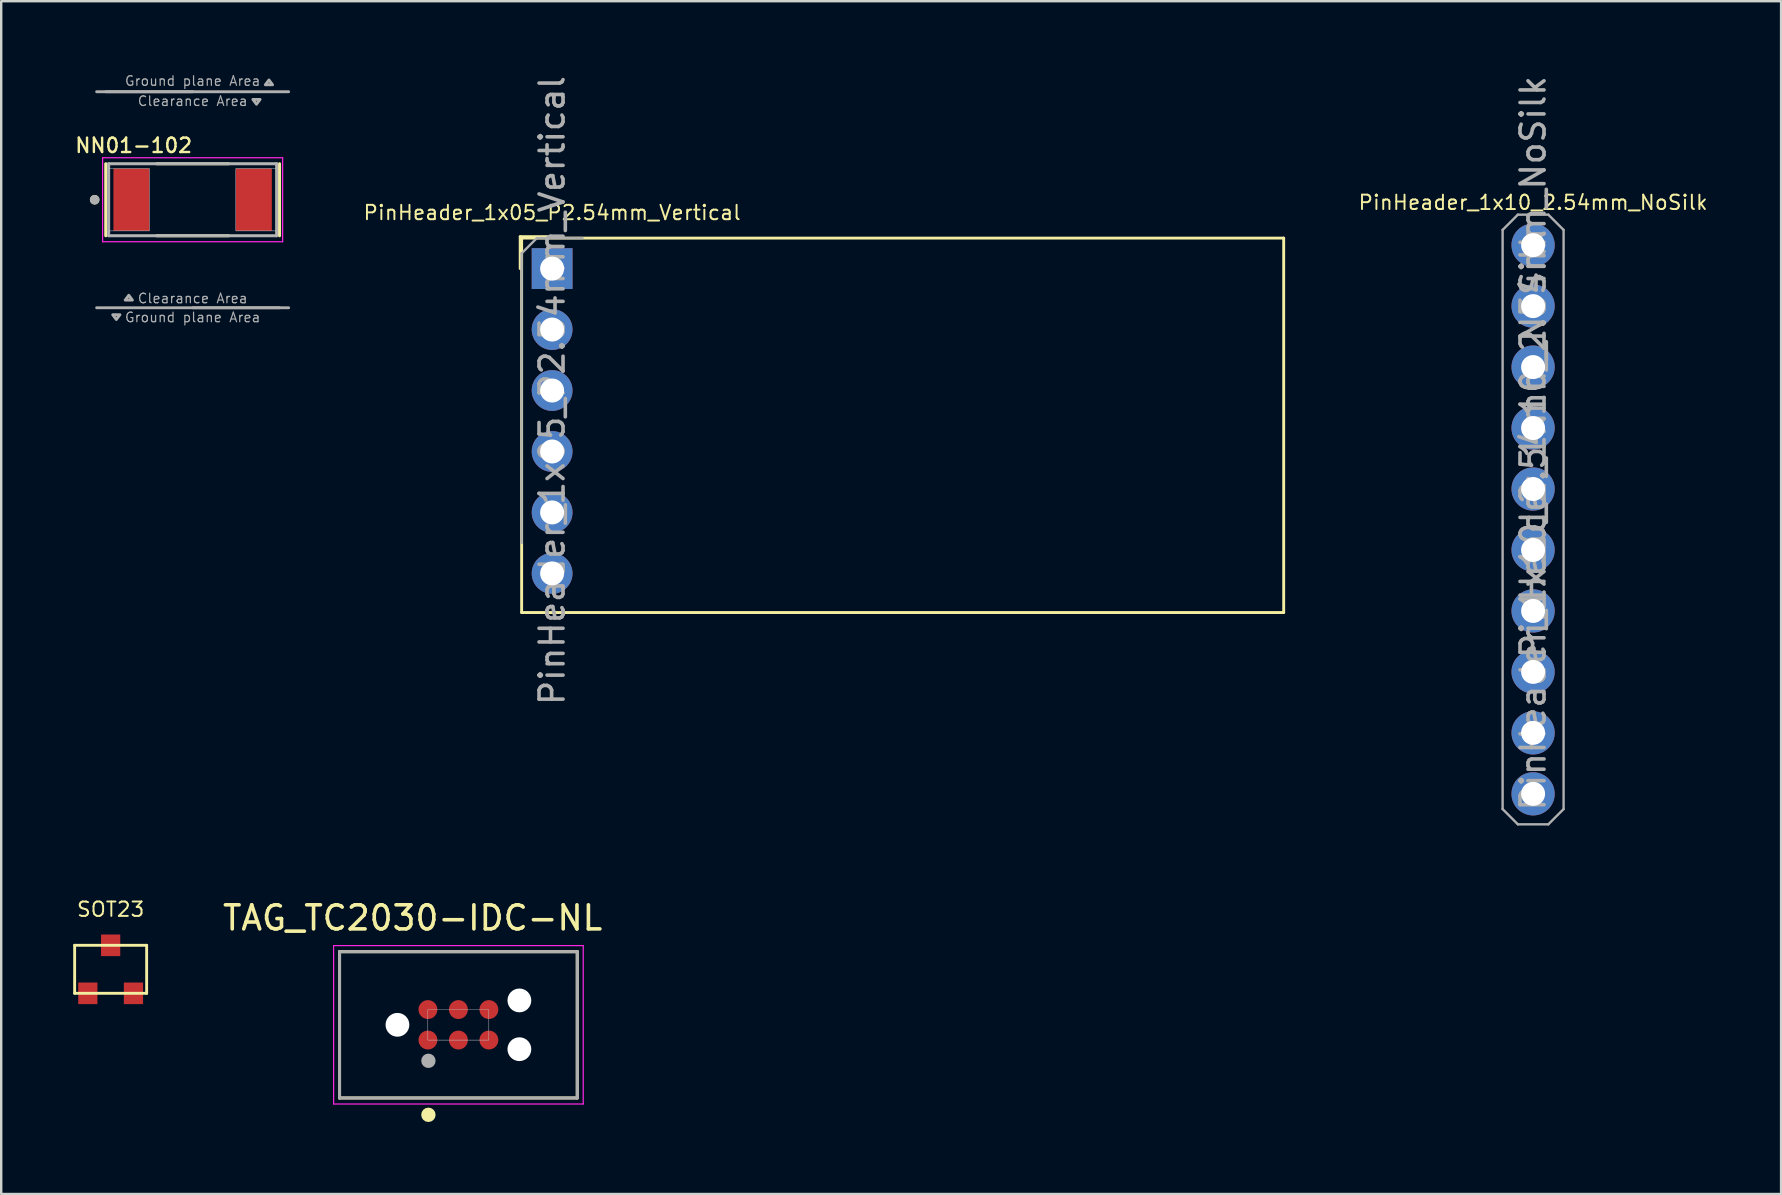
<source format=kicad_pcb>
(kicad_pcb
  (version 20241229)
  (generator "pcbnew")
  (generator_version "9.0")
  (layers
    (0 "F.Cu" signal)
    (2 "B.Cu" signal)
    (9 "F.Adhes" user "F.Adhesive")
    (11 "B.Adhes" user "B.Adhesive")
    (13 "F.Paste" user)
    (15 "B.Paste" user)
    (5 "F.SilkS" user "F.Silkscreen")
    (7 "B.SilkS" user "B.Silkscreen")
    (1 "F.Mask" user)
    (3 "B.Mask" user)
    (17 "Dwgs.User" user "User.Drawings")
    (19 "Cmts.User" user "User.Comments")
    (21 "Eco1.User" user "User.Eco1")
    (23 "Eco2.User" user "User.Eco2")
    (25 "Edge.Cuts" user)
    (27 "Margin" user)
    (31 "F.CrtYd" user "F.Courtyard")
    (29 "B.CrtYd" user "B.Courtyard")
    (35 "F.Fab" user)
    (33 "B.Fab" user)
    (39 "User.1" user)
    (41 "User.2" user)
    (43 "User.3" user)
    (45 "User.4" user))
  (footprint "NN01-102"
    (layer "F.Cu")
    (at 4.976 5.272)
    (property "Reference" "NN01-102" (at -2.457 -2.262 0) (layer "F.SilkS") (effects (font (size 0.6 0.6) (thickness 0.1))))
    (attr through_hole)
    (fp_line (start -3.62 1.5) (end -3.62 -1.5) (stroke (width 0.127) (type solid)) (layer "F.SilkS"))
    (fp_line (start 1.5 -1.5) (end -1.5 -1.5) (stroke (width 0.127) (type solid)) (layer "F.SilkS"))
    (fp_line (start 1.5 1.5) (end -1.5 1.5) (stroke (width 0.127) (type solid)) (layer "F.SilkS"))
    (fp_line (start 3.62 1.5) (end 3.62 -1.5) (stroke (width 0.127) (type solid)) (layer "F.SilkS"))
    (fp_circle (center -4.082 0) (end -3.982 0) (stroke (width 0.2) (type solid)) (fill no) (layer "F.SilkS"))
    (fp_poly (pts (xy -3.5 -1.3) (xy -1.8 -1.3) (xy -1.8 1.3) (xy -3.5 1.3) (xy -3.5 1.5) (xy 3.5 1.5) (xy 3.49 1.3) (xy 1.8 1.3) (xy 1.8 -1.3) (xy 3.5 -1.3) (xy 3.5 -1.5) (xy -3.5 -1.5)) (stroke (width 0.01) (type solid)) (fill no) (layer "Dwgs.User"))
    (fp_poly (pts (xy -3.5 -1.3) (xy -1.8 -1.3) (xy -1.8 1.3) (xy -3.5 1.3) (xy -3.5 1.5) (xy 3.5 1.5) (xy 3.49 1.3) (xy 1.8 1.3) (xy 1.8 -1.3) (xy 3.5 -1.3) (xy 3.5 -1.5) (xy -3.5 -1.5)) (stroke (width 0.01) (type solid)) (fill no) (layer "Dwgs.User"))
    (fp_line (start -3.75 -1.75) (end 3.75 -1.75) (stroke (width 0.05) (type solid)) (layer "F.CrtYd"))
    (fp_line (start -3.75 1.75) (end -3.75 -1.75) (stroke (width 0.05) (type solid)) (layer "F.CrtYd"))
    (fp_line (start -3.75 1.75) (end 3.75 1.75) (stroke (width 0.05) (type solid)) (layer "F.CrtYd"))
    (fp_line (start 3.75 1.75) (end 3.75 -1.75) (stroke (width 0.05) (type solid)) (layer "F.CrtYd"))
    (fp_line (start -4 -4.5) (end 4 -4.5) (stroke (width 0.12) (type solid)) (layer "F.Fab"))
    (fp_line (start -3.5 1.5) (end -3.5 -1.5) (stroke (width 0.127) (type solid)) (layer "F.Fab"))
    (fp_line (start 0 -4.5) (end -3.62 -4.5) (stroke (width 0.12) (type solid)) (layer "F.Fab"))
    (fp_line (start 0 4.5) (end 3.62 4.5) (stroke (width 0.12) (type solid)) (layer "F.Fab"))
    (fp_line (start 3.5 -1.5) (end -3.5 -1.5) (stroke (width 0.127) (type solid)) (layer "F.Fab"))
    (fp_line (start 3.5 1.5) (end -3.5 1.5) (stroke (width 0.127) (type solid)) (layer "F.Fab"))
    (fp_line (start 3.5 1.5) (end 3.5 -1.5) (stroke (width 0.127) (type solid)) (layer "F.Fab"))
    (fp_line (start 4 4.5) (end -4 4.5) (stroke (width 0.12) (type solid)) (layer "F.Fab"))
    (fp_circle (center -4.082 0) (end -3.982 0) (stroke (width 0.2) (type solid)) (fill no) (layer "F.Fab"))
    (fp_poly (pts (xy -3.18 4.99) (xy -3.33 4.79) (xy -3.03 4.79)) (stroke (width 0.12) (type solid)) (fill no) (layer "F.Fab"))
    (fp_poly (pts (xy -2.66 3.98) (xy -2.51 4.18) (xy -2.81 4.18)) (stroke (width 0.12) (type solid)) (fill no) (layer "F.Fab"))
    (fp_poly (pts (xy 2.66 -3.98) (xy 2.51 -4.18) (xy 2.81 -4.18)) (stroke (width 0.12) (type solid)) (fill no) (layer "F.Fab"))
    (fp_poly (pts (xy 3.18 -4.99) (xy 3.33 -4.79) (xy 3.03 -4.79)) (stroke (width 0.12) (type solid)) (fill no) (layer "F.Fab"))
    (fp_text user "Ground plane Area" (at 0 -4.95 0) (unlocked yes) (layer "F.Fab") (effects (font (size 0.4 0.4) (thickness 0.05))))
    (fp_text user "Clearance Area" (at 0 -4.11 0) (unlocked yes) (layer "F.Fab") (effects (font (size 0.4 0.4) (thickness 0.05))))
    (fp_text user "Ground plane Area" (at 0 4.9 0) (unlocked yes) (layer "F.Fab") (effects (font (size 0.4 0.4) (thickness 0.05))))
    (fp_text user "Clearance Area" (at 0 4.11 0) (unlocked yes) (layer "F.Fab") (effects (font (size 0.4 0.4) (thickness 0.05))))
    (pad "1" smd rect (at -2.55 0) (size 1.5 2.6) (layers "F.Cu" "F.Mask" "F.Paste"))
    (pad "2" smd rect (at 2.55 0) (size 1.5 2.6) (layers "F.Cu" "F.Mask" "F.Paste")))
  (footprint "SOT23"
    (layer "F.Cu")
    (at 1.56 37.335)
    (property "Reference" "SOT23" (at 0 -2.5 0) (layer "F.SilkS") (effects (font (size 0.6 0.6) (thickness 0.08))))
    (attr through_hole)
    (fp_line (start -1.5 -1) (end 1.5 -1) (stroke (width 0.12) (type solid)) (layer "F.SilkS"))
    (fp_line (start -1.5 1) (end -1.5 -1) (stroke (width 0.12) (type solid)) (layer "F.SilkS"))
    (fp_line (start 1.5 -1) (end 1.5 1) (stroke (width 0.12) (type solid)) (layer "F.SilkS"))
    (fp_line (start 1.5 1) (end -1.5 1) (stroke (width 0.12) (type solid)) (layer "F.SilkS"))
    (pad "1" smd rect (at -0.95 1) (size 0.8 0.9) (layers "F.Cu" "F.Mask" "F.Paste"))
    (pad "1" smd rect (at 0.95 1) (size 0.8 0.9) (layers "F.Cu" "F.Mask" "F.Paste"))
    (pad "3" smd rect (at 0 -1) (size 0.8 0.9) (layers "F.Cu" "F.Mask" "F.Paste")))
  (footprint "TAG_TC2030-IDC-NL"
    (layer "F.Cu")
    (at 16.049 39.647)
    (property "Reference" "TAG_TC2030-IDC-NL" (at -1.908 -4.453 0) (layer "F.SilkS") (effects (font (size 1.002 1.002) (thickness 0.15))))
    (attr through_hole)
    (fp_line (start -4.953 -3.048) (end -4.953 3.048) (stroke (width 0.127) (type solid)) (layer "F.SilkS"))
    (fp_line (start -4.953 3.048) (end 4.953 3.048) (stroke (width 0.127) (type solid)) (layer "F.SilkS"))
    (fp_line (start 4.953 -3.048) (end -4.953 -3.048) (stroke (width 0.127) (type solid)) (layer "F.SilkS"))
    (fp_line (start 4.953 3.048) (end 4.953 -3.048) (stroke (width 0.127) (type solid)) (layer "F.SilkS"))
    (fp_circle (center -1.25 3.75) (end -1.1 3.75) (stroke (width 0.3) (type solid)) (fill no) (layer "F.SilkS"))
    (fp_poly (pts (xy -1.272 -0.635) (xy 1.27 -0.635) (xy 1.27 0.636) (xy -1.272 0.636)) (stroke (width 0.01) (type solid)) (fill no) (layer "Dwgs.User"))
    (fp_poly (pts (xy -1.271 -0.635) (xy 1.27 -0.635) (xy 1.27 0.636) (xy -1.271 0.636)) (stroke (width 0.01) (type solid)) (fill no) (layer "Dwgs.User"))
    (fp_line (start -5.2 -3.3) (end 5.2 -3.3) (stroke (width 0.05) (type solid)) (layer "F.CrtYd"))
    (fp_line (start -5.2 3.3) (end -5.2 -3.3) (stroke (width 0.05) (type solid)) (layer "F.CrtYd"))
    (fp_line (start 5.2 -3.3) (end 5.2 3.3) (stroke (width 0.05) (type solid)) (layer "F.CrtYd"))
    (fp_line (start 5.2 3.3) (end -5.2 3.3) (stroke (width 0.05) (type solid)) (layer "F.CrtYd"))
    (fp_line (start -4.953 -3.048) (end 4.953 -3.048) (stroke (width 0.127) (type solid)) (layer "F.Fab"))
    (fp_line (start -4.953 3.048) (end -4.953 -3.048) (stroke (width 0.127) (type solid)) (layer "F.Fab"))
    (fp_line (start 4.953 -3.048) (end 4.953 3.048) (stroke (width 0.127) (type solid)) (layer "F.Fab"))
    (fp_line (start 4.953 3.048) (end -4.953 3.048) (stroke (width 0.127) (type solid)) (layer "F.Fab"))
    (fp_circle (center -1.25 1.5) (end -1.1 1.5) (stroke (width 0.3) (type solid)) (fill no) (layer "F.Fab"))
    (pad "" np_thru_hole circle (at -2.54 0) (size 0.991 0.991) (drill 0.991) (layers "*.Cu" "*.Mask"))
    (pad "" np_thru_hole circle (at 2.54 -1.016) (size 0.991 0.991) (drill 0.991) (layers "*.Cu" "*.Mask"))
    (pad "" np_thru_hole circle (at 2.54 1.016) (size 0.991 0.991) (drill 0.991) (layers "*.Cu" "*.Mask"))
    (pad "1" smd circle (at -1.27 0.635) (size 0.787 0.787) (layers "F.Cu" "F.Mask"))
    (pad "2" smd circle (at -1.27 -0.635) (size 0.787 0.787) (layers "F.Cu" "F.Mask"))
    (pad "3" smd circle (at 0 0.635) (size 0.787 0.787) (layers "F.Cu" "F.Mask"))
    (pad "4" smd circle (at 0 -0.635) (size 0.787 0.787) (layers "F.Cu" "F.Mask"))
    (pad "5" smd circle (at 1.27 0.635) (size 0.787 0.787) (layers "F.Cu" "F.Mask"))
    (pad "6" smd circle (at 1.27 -0.635) (size 0.787 0.787) (layers "F.Cu" "F.Mask")))
  (footprint "PinHeader_1x05_P2.54mm_Vertical"
    (layer "F.Cu")
    (at 19.953 8.14)
    (property "Reference" "PinHeader_1x05_P2.54mm_Vertical" (at 0 -2.33 0) (layer "F.SilkS") (effects (font (size 0.6 0.6) (thickness 0.08))))
    (attr through_hole)
    (fp_line (start -1.33 -1.33) (end 0 -1.33) (stroke (width 0.12) (type solid)) (layer "F.SilkS"))
    (fp_line (start -1.33 0) (end -1.33 -1.33) (stroke (width 0.12) (type solid)) (layer "F.SilkS"))
    (fp_line (start -1.27 -1.27) (end 30.48 -1.27) (stroke (width 0.12) (type solid)) (layer "F.SilkS"))
    (fp_line (start -1.27 14.33) (end -1.27 -1.27) (stroke (width 0.12) (type solid)) (layer "F.SilkS"))
    (fp_line (start 30.48 -1.27) (end 30.48 14.33) (stroke (width 0.12) (type solid)) (layer "F.SilkS"))
    (fp_line (start 30.48 14.33) (end -1.27 14.33) (stroke (width 0.12) (type solid)) (layer "F.SilkS"))
    (fp_line (start -1.27 -0.635) (end -0.635 -1.27) (stroke (width 0.1) (type solid)) (layer "F.Fab"))
    (fp_line (start -1.27 11.43) (end -1.27 -0.635) (stroke (width 0.1) (type solid)) (layer "F.Fab"))
    (fp_line (start -0.635 -1.27) (end 1.27 -1.27) (stroke (width 0.1) (type solid)) (layer "F.Fab"))
    (fp_text user "${REFERENCE}" (at 0 5.08 90) (layer "F.Fab") (effects (font (size 1 1) (thickness 0.15))))
    (pad "1" thru_hole rect (at 0 0) (size 1.7 1.7) (drill 1) (layers "*.Cu" "*.Mask"))
    (pad "2" thru_hole oval (at 0 2.54) (size 1.7 1.7) (drill 1) (layers "*.Cu" "*.Mask"))
    (pad "3" thru_hole oval (at 0 5.08) (size 1.7 1.7) (drill 1) (layers "*.Cu" "*.Mask"))
    (pad "4" thru_hole oval (at 0 7.62) (size 1.7 1.7) (drill 1) (layers "*.Cu" "*.Mask"))
    (pad "5" thru_hole oval (at 0 10.16) (size 1.7 1.7) (drill 1) (layers "*.Cu" "*.Mask"))
    (pad "6" thru_hole oval (at 0 12.7) (size 1.7 1.7) (drill 1) (layers "*.Cu" "*.Mask")))
  (footprint "PinHeader_1x10_2.54mm_NoSilk"
    (layer "F.Cu")
    (at 60.824 7.164)
    (property "Reference" "PinHeader_1x10_2.54mm_NoSilk" (at 0 -1.778 0) (layer "F.SilkS") (effects (font (size 0.6 0.6) (thickness 0.08))))
    (attr through_hole)
    (fp_line (start -1.27 -0.635) (end -0.635 -1.27) (stroke (width 0.1) (type solid)) (layer "F.Fab"))
    (fp_line (start -1.27 23.495) (end -1.27 -0.635) (stroke (width 0.1) (type solid)) (layer "F.Fab"))
    (fp_line (start -1.27 23.495) (end -0.635 24.13) (stroke (width 0.1) (type solid)) (layer "F.Fab"))
    (fp_line (start -0.635 -1.27) (end 0.635 -1.27) (stroke (width 0.1) (type solid)) (layer "F.Fab"))
    (fp_line (start -0.635 24.13) (end 0.635 24.13) (stroke (width 0.1) (type solid)) (layer "F.Fab"))
    (fp_line (start 1.27 -0.635) (end 0.635 -1.27) (stroke (width 0.1) (type solid)) (layer "F.Fab"))
    (fp_line (start 1.27 23.495) (end 0.635 24.13) (stroke (width 0.1) (type solid)) (layer "F.Fab"))
    (fp_line (start 1.27 23.495) (end 1.27 -0.635) (stroke (width 0.1) (type solid)) (layer "F.Fab"))
    (fp_text user "${REFERENCE}" (at 0 11.43 90) (layer "F.Fab") (effects (font (size 1 1) (thickness 0.15))))
    (fp_text user "${REFERENCE}" (at 0 5.08 90) (layer "F.Fab") (effects (font (size 1 1) (thickness 0.15))))
    (pad "1" thru_hole oval (at 0 0) (size 1.8 1.8) (drill 1) (layers "*.Cu" "*.Mask"))
    (pad "2" thru_hole oval (at 0 2.54) (size 1.8 1.8) (drill 1) (layers "*.Cu" "*.Mask"))
    (pad "3" thru_hole oval (at 0 5.08) (size 1.8 1.8) (drill 1) (layers "*.Cu" "*.Mask"))
    (pad "4" thru_hole oval (at 0 7.62) (size 1.8 1.8) (drill 1) (layers "*.Cu" "*.Mask"))
    (pad "5" thru_hole oval (at 0 10.16) (size 1.8 1.8) (drill 1) (layers "*.Cu" "*.Mask"))
    (pad "6" thru_hole oval (at 0 12.7) (size 1.8 1.8) (drill 1) (layers "*.Cu" "*.Mask"))
    (pad "7" thru_hole oval (at 0 15.24) (size 1.8 1.8) (drill 1) (layers "*.Cu" "*.Mask"))
    (pad "8" thru_hole oval (at 0 17.78) (size 1.8 1.8) (drill 1) (layers "*.Cu" "*.Mask"))
    (pad "9" thru_hole oval (at 0 20.32) (size 1.8 1.8) (drill 1) (layers "*.Cu" "*.Mask"))
    (pad "10" thru_hole oval (at 0 22.86) (size 1.8 1.8) (drill 1) (layers "*.Cu" "*.Mask")))
  (gr_rect
    (start -3 -3)
    (end 71.156 46.697)
    (stroke (width 0.1) (type default))
    (fill no)
    (layer "Edge.Cuts")))
</source>
